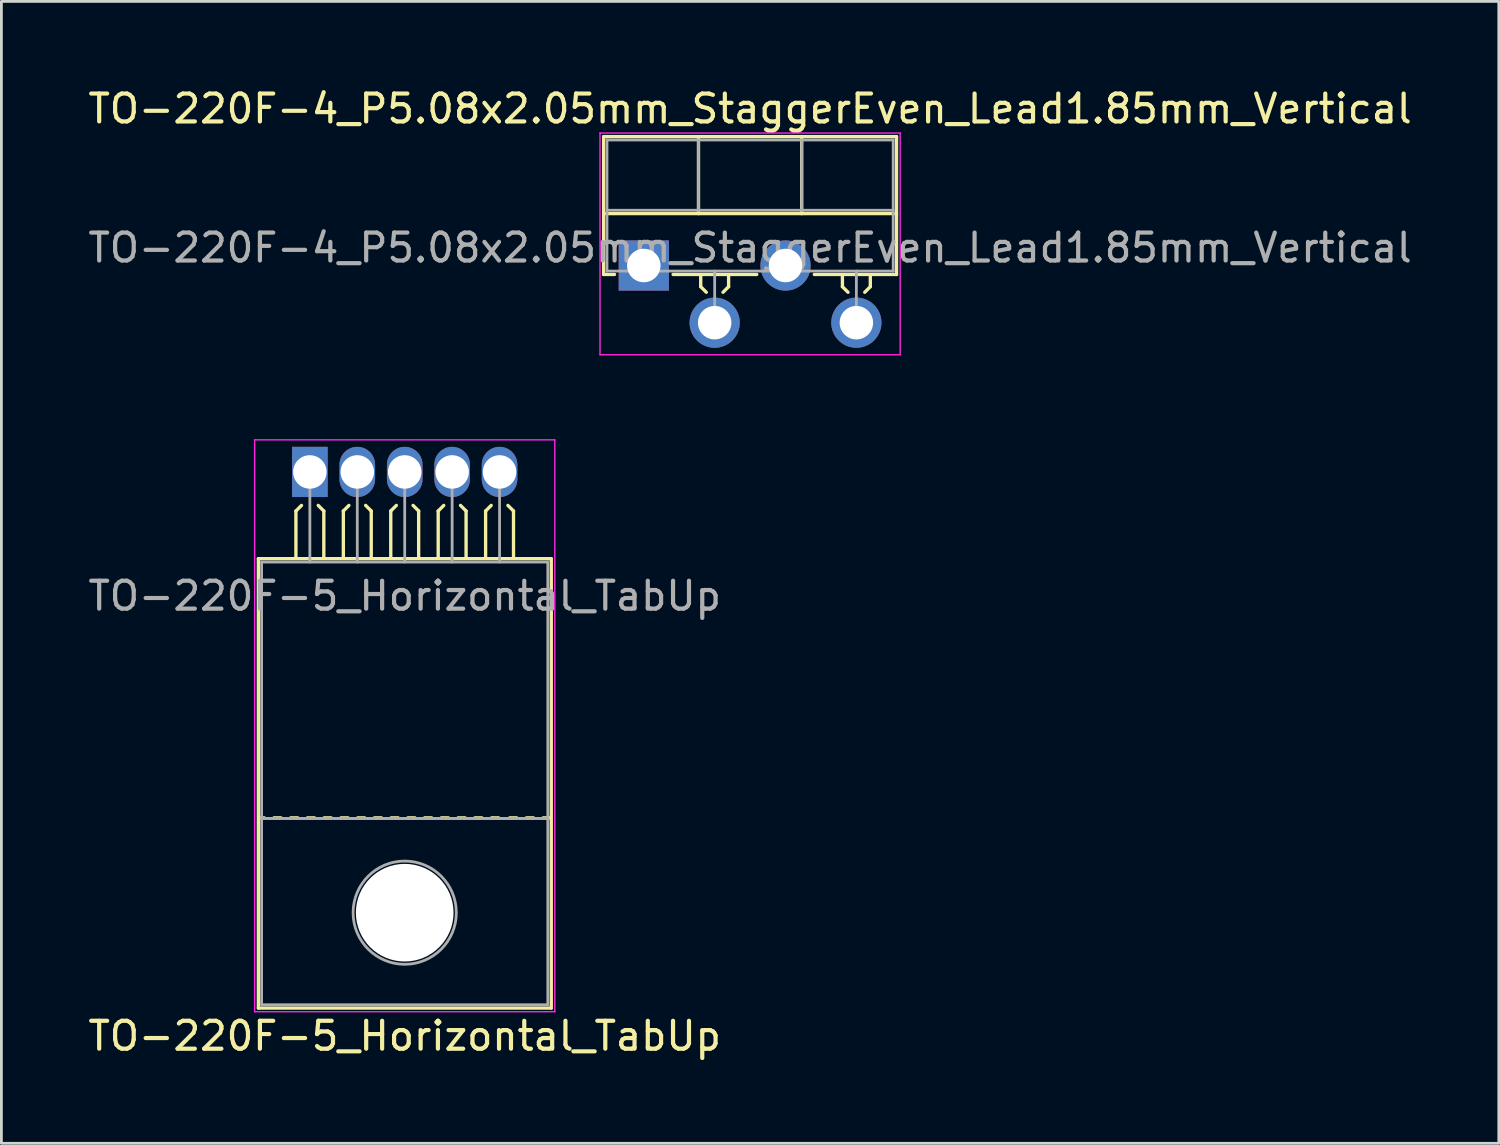
<source format=kicad_pcb>
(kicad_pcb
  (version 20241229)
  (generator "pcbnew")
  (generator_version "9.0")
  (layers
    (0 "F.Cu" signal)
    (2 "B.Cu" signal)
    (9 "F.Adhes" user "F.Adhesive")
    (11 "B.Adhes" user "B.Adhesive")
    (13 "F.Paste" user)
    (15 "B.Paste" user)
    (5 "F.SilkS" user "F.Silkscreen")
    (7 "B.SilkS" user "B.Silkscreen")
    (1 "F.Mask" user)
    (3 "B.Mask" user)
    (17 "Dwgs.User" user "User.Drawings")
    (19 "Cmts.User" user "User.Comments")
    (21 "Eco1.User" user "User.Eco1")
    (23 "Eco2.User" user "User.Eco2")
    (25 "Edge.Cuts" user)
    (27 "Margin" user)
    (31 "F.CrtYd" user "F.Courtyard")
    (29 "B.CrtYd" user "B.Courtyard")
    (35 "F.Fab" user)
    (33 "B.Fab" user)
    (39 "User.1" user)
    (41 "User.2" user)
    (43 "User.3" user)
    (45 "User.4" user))
  (footprint "TO-220F-5_Horizontal_TabUp"
    (layer "F.Cu")
    (at 8.058 13.868)
    (property "Reference" "TO-220F-5_Horizontal_TabUp" (at 3.4 20.22 0) (layer "F.SilkS") (effects (font (size 1 1) (thickness 0.15))))
    (attr through_hole)
    (fp_line (start -1.846 19.22) (end -1.846 3.11) (stroke (width 0.12) (type solid)) (layer "F.SilkS"))
    (fp_line (start -1.636 12.4) (end -1.836 12.4) (stroke (width 0.12) (type solid)) (layer "F.SilkS"))
    (fp_line (start -1.036 12.4) (end -1.286 12.4) (stroke (width 0.12) (type solid)) (layer "F.SilkS"))
    (fp_line (start -0.5 1.4) (end -0.3 1.2) (stroke (width 0.12) (type solid)) (layer "F.SilkS"))
    (fp_line (start -0.5 3.048) (end -0.5 1.4) (stroke (width 0.12) (type solid)) (layer "F.SilkS"))
    (fp_line (start -0.436 12.4) (end -0.686 12.4) (stroke (width 0.12) (type solid)) (layer "F.SilkS"))
    (fp_line (start 0.164 12.4) (end -0.086 12.4) (stroke (width 0.12) (type solid)) (layer "F.SilkS"))
    (fp_line (start 0.5 1.4) (end 0.3 1.2) (stroke (width 0.12) (type solid)) (layer "F.SilkS"))
    (fp_line (start 0.5 3.048) (end 0.5 1.4) (stroke (width 0.12) (type solid)) (layer "F.SilkS"))
    (fp_line (start 0.764 12.4) (end 0.514 12.4) (stroke (width 0.12) (type solid)) (layer "F.SilkS"))
    (fp_line (start 1.2 1.4) (end 1.4 1.2) (stroke (width 0.12) (type solid)) (layer "F.SilkS"))
    (fp_line (start 1.2 3.048) (end 1.2 1.4) (stroke (width 0.12) (type solid)) (layer "F.SilkS"))
    (fp_line (start 1.364 12.4) (end 1.114 12.4) (stroke (width 0.12) (type solid)) (layer "F.SilkS"))
    (fp_line (start 1.964 12.4) (end 1.714 12.4) (stroke (width 0.12) (type solid)) (layer "F.SilkS"))
    (fp_line (start 2.2 1.4) (end 2 1.2) (stroke (width 0.12) (type solid)) (layer "F.SilkS"))
    (fp_line (start 2.2 3.048) (end 2.2 1.4) (stroke (width 0.12) (type solid)) (layer "F.SilkS"))
    (fp_line (start 2.564 12.4) (end 2.314 12.4) (stroke (width 0.12) (type solid)) (layer "F.SilkS"))
    (fp_line (start 2.9 1.4) (end 3.1 1.2) (stroke (width 0.12) (type solid)) (layer "F.SilkS"))
    (fp_line (start 2.9 3.048) (end 2.9 1.4) (stroke (width 0.12) (type solid)) (layer "F.SilkS"))
    (fp_line (start 3.164 12.4) (end 2.914 12.4) (stroke (width 0.12) (type solid)) (layer "F.SilkS"))
    (fp_line (start 3.764 12.4) (end 3.514 12.4) (stroke (width 0.12) (type solid)) (layer "F.SilkS"))
    (fp_line (start 3.9 1.4) (end 3.7 1.2) (stroke (width 0.12) (type solid)) (layer "F.SilkS"))
    (fp_line (start 3.9 3.048) (end 3.9 1.4) (stroke (width 0.12) (type solid)) (layer "F.SilkS"))
    (fp_line (start 4.364 12.4) (end 4.114 12.4) (stroke (width 0.12) (type solid)) (layer "F.SilkS"))
    (fp_line (start 4.6 1.4) (end 4.8 1.2) (stroke (width 0.12) (type solid)) (layer "F.SilkS"))
    (fp_line (start 4.6 3.048) (end 4.6 1.4) (stroke (width 0.12) (type solid)) (layer "F.SilkS"))
    (fp_line (start 4.964 12.4) (end 4.714 12.4) (stroke (width 0.12) (type solid)) (layer "F.SilkS"))
    (fp_line (start 5.564 12.4) (end 5.314 12.4) (stroke (width 0.12) (type solid)) (layer "F.SilkS"))
    (fp_line (start 5.6 1.4) (end 5.4 1.2) (stroke (width 0.12) (type solid)) (layer "F.SilkS"))
    (fp_line (start 5.6 3.048) (end 5.6 1.4) (stroke (width 0.12) (type solid)) (layer "F.SilkS"))
    (fp_line (start 6.164 12.4) (end 5.914 12.4) (stroke (width 0.12) (type solid)) (layer "F.SilkS"))
    (fp_line (start 6.3 1.4) (end 6.5 1.2) (stroke (width 0.12) (type solid)) (layer "F.SilkS"))
    (fp_line (start 6.3 3.048) (end 6.3 1.4) (stroke (width 0.12) (type solid)) (layer "F.SilkS"))
    (fp_line (start 6.764 12.4) (end 6.514 12.4) (stroke (width 0.12) (type solid)) (layer "F.SilkS"))
    (fp_line (start 7.3 1.4) (end 7.1 1.2) (stroke (width 0.12) (type solid)) (layer "F.SilkS"))
    (fp_line (start 7.3 3.048) (end 7.3 1.4) (stroke (width 0.12) (type solid)) (layer "F.SilkS"))
    (fp_line (start 7.414 12.4) (end 7.164 12.4) (stroke (width 0.12) (type solid)) (layer "F.SilkS"))
    (fp_line (start 8.014 12.4) (end 7.764 12.4) (stroke (width 0.12) (type solid)) (layer "F.SilkS"))
    (fp_line (start 8.614 12.4) (end 8.364 12.4) (stroke (width 0.12) (type solid)) (layer "F.SilkS"))
    (fp_line (start 8.654 3.11) (end -1.846 3.11) (stroke (width 0.12) (type solid)) (layer "F.SilkS"))
    (fp_line (start 8.654 19.22) (end -1.846 19.22) (stroke (width 0.12) (type solid)) (layer "F.SilkS"))
    (fp_line (start 8.654 19.22) (end 8.654 3.11) (stroke (width 0.12) (type solid)) (layer "F.SilkS"))
    (fp_line (start -1.98 -1.15) (end -1.98 19.35) (stroke (width 0.05) (type solid)) (layer "F.CrtYd"))
    (fp_line (start -1.98 19.35) (end 8.78 19.35) (stroke (width 0.05) (type solid)) (layer "F.CrtYd"))
    (fp_line (start 8.78 -1.15) (end -1.98 -1.15) (stroke (width 0.05) (type solid)) (layer "F.CrtYd"))
    (fp_line (start 8.78 19.35) (end 8.78 -1.15) (stroke (width 0.05) (type solid)) (layer "F.CrtYd"))
    (fp_line (start -1.73 3.23) (end -1.73 12.42) (stroke (width 0.1) (type solid)) (layer "F.Fab"))
    (fp_line (start -1.73 12.42) (end -1.73 19.1) (stroke (width 0.1) (type solid)) (layer "F.Fab"))
    (fp_line (start -1.73 12.42) (end 8.53 12.42) (stroke (width 0.1) (type solid)) (layer "F.Fab"))
    (fp_line (start -1.73 19.1) (end 8.53 19.1) (stroke (width 0.1) (type solid)) (layer "F.Fab"))
    (fp_line (start 0 3.23) (end 0 0) (stroke (width 0.1) (type solid)) (layer "F.Fab"))
    (fp_line (start 1.7 3.23) (end 1.7 0) (stroke (width 0.1) (type solid)) (layer "F.Fab"))
    (fp_line (start 3.4 3.23) (end 3.4 0) (stroke (width 0.1) (type solid)) (layer "F.Fab"))
    (fp_line (start 5.1 3.23) (end 5.1 0) (stroke (width 0.1) (type solid)) (layer "F.Fab"))
    (fp_line (start 6.8 3.23) (end 6.8 0) (stroke (width 0.1) (type solid)) (layer "F.Fab"))
    (fp_line (start 8.53 3.23) (end -1.73 3.23) (stroke (width 0.1) (type solid)) (layer "F.Fab"))
    (fp_line (start 8.53 12.42) (end -1.73 12.42) (stroke (width 0.1) (type solid)) (layer "F.Fab"))
    (fp_line (start 8.53 12.42) (end 8.53 3.23) (stroke (width 0.1) (type solid)) (layer "F.Fab"))
    (fp_line (start 8.53 19.1) (end 8.53 12.42) (stroke (width 0.1) (type solid)) (layer "F.Fab"))
    (fp_circle (center 3.4 15.8) (end 5.25 15.8) (stroke (width 0.1) (type solid)) (fill no) (layer "F.Fab"))
    (fp_text user "${REFERENCE}" (at 3.4 4.445 0) (layer "F.Fab") (effects (font (size 1 1) (thickness 0.15))))
    (pad "" np_thru_hole oval (at 3.4 15.8) (size 3.5 3.5) (drill 3.5) (layers "*.Cu" "*.Mask"))
    (pad "1" thru_hole rect (at 0 0) (size 1.275 1.8) (drill 1.2) (layers "*.Cu" "*.Mask"))
    (pad "2" thru_hole oval (at 1.7 0) (size 1.275 1.8) (drill 1.2) (layers "*.Cu" "*.Mask"))
    (pad "3" thru_hole oval (at 3.4 0) (size 1.275 1.8) (drill 1.2) (layers "*.Cu" "*.Mask"))
    (pad "4" thru_hole oval (at 5.1 0) (size 1.275 1.8) (drill 1.2) (layers "*.Cu" "*.Mask"))
    (pad "5" thru_hole oval (at 6.8 0) (size 1.275 1.8) (drill 1.2) (layers "*.Cu" "*.Mask")))
  (footprint "TO-220F-4_P5.08x2.05mm_StaggerEven_Lead1.85mm_Vertical"
    (layer "F.Cu")
    (at 20.029 6.468)
    (property "Reference" "TO-220F-4_P5.08x2.05mm_StaggerEven_Lead1.85mm_Vertical" (at 3.81 -5.62 0) (layer "F.SilkS") (effects (font (size 1 1) (thickness 0.15))))
    (attr through_hole)
    (fp_line (start -1.44 -4.62) (end -1.44 0.321) (stroke (width 0.12) (type solid)) (layer "F.SilkS"))
    (fp_line (start -1.44 -4.62) (end 9.06 -4.62) (stroke (width 0.12) (type solid)) (layer "F.SilkS"))
    (fp_line (start -1.44 -1.861) (end 9.06 -1.861) (stroke (width 0.12) (type solid)) (layer "F.SilkS"))
    (fp_line (start -1.44 0.321) (end -1.05 0.321) (stroke (width 0.12) (type solid)) (layer "F.SilkS"))
    (fp_line (start 1.05 0.321) (end 4.049 0.321) (stroke (width 0.12) (type solid)) (layer "F.SilkS"))
    (fp_line (start 1.96 -4.62) (end 1.96 -1.861) (stroke (width 0.12) (type solid)) (layer "F.SilkS"))
    (fp_line (start 2.04 0.381) (end 2.04 0.759) (stroke (width 0.12) (type solid)) (layer "F.SilkS"))
    (fp_line (start 2.04 0.759) (end 2.24 0.959) (stroke (width 0.12) (type solid)) (layer "F.SilkS"))
    (fp_line (start 3.04 0.381) (end 3.04 0.759) (stroke (width 0.12) (type solid)) (layer "F.SilkS"))
    (fp_line (start 3.04 0.759) (end 2.84 0.959) (stroke (width 0.12) (type solid)) (layer "F.SilkS"))
    (fp_line (start 5.66 -4.62) (end 5.66 -1.861) (stroke (width 0.12) (type solid)) (layer "F.SilkS"))
    (fp_line (start 6.112 0.321) (end 9.06 0.321) (stroke (width 0.12) (type solid)) (layer "F.SilkS"))
    (fp_line (start 7.12 0.381) (end 7.12 0.759) (stroke (width 0.12) (type solid)) (layer "F.SilkS"))
    (fp_line (start 7.12 0.759) (end 7.32 0.959) (stroke (width 0.12) (type solid)) (layer "F.SilkS"))
    (fp_line (start 8.12 0.381) (end 8.12 0.759) (stroke (width 0.12) (type solid)) (layer "F.SilkS"))
    (fp_line (start 8.12 0.759) (end 7.92 0.959) (stroke (width 0.12) (type solid)) (layer "F.SilkS"))
    (fp_line (start 9.06 -4.62) (end 9.06 0.321) (stroke (width 0.12) (type solid)) (layer "F.SilkS"))
    (fp_line (start -1.57 -4.75) (end -1.57 3.2) (stroke (width 0.05) (type solid)) (layer "F.CrtYd"))
    (fp_line (start -1.57 3.2) (end 9.19 3.2) (stroke (width 0.05) (type solid)) (layer "F.CrtYd"))
    (fp_line (start 9.19 -4.75) (end -1.57 -4.75) (stroke (width 0.05) (type solid)) (layer "F.CrtYd"))
    (fp_line (start 9.19 3.2) (end 9.19 -4.75) (stroke (width 0.05) (type solid)) (layer "F.CrtYd"))
    (fp_line (start -1.32 -4.5) (end -1.32 0.2) (stroke (width 0.1) (type solid)) (layer "F.Fab"))
    (fp_line (start -1.32 -1.98) (end 8.94 -1.98) (stroke (width 0.1) (type solid)) (layer "F.Fab"))
    (fp_line (start -1.32 0.2) (end 8.94 0.2) (stroke (width 0.1) (type solid)) (layer "F.Fab"))
    (fp_line (start 1.96 -4.5) (end 1.96 -1.98) (stroke (width 0.1) (type solid)) (layer "F.Fab"))
    (fp_line (start 2.54 0.2) (end 2.54 2.05) (stroke (width 0.1) (type solid)) (layer "F.Fab"))
    (fp_line (start 5.66 -4.5) (end 5.66 -1.98) (stroke (width 0.1) (type solid)) (layer "F.Fab"))
    (fp_line (start 7.62 0.2) (end 7.62 2.05) (stroke (width 0.1) (type solid)) (layer "F.Fab"))
    (fp_line (start 8.94 -4.5) (end -1.32 -4.5) (stroke (width 0.1) (type solid)) (layer "F.Fab"))
    (fp_line (start 8.94 0.2) (end 8.94 -4.5) (stroke (width 0.1) (type solid)) (layer "F.Fab"))
    (fp_text user "${REFERENCE}" (at 3.81 -0.635 0) (layer "F.Fab") (effects (font (size 1 1) (thickness 0.15))))
    (pad "1" thru_hole rect (at 0 0) (size 1.8 1.8) (drill 1.2) (layers "*.Cu" "*.Mask"))
    (pad "2" thru_hole oval (at 2.54 2.05) (size 1.8 1.8) (drill 1.2) (layers "*.Cu" "*.Mask"))
    (pad "3" thru_hole oval (at 5.08 0) (size 1.8 1.8) (drill 1.2) (layers "*.Cu" "*.Mask"))
    (pad "4" thru_hole oval (at 7.62 2.05) (size 1.8 1.8) (drill 1.2) (layers "*.Cu" "*.Mask")))
  (gr_rect
    (start -3 -3)
    (end 50.679 37.937)
    (stroke (width 0.1) (type default))
    (fill no)
    (layer "Edge.Cuts")))
</source>
